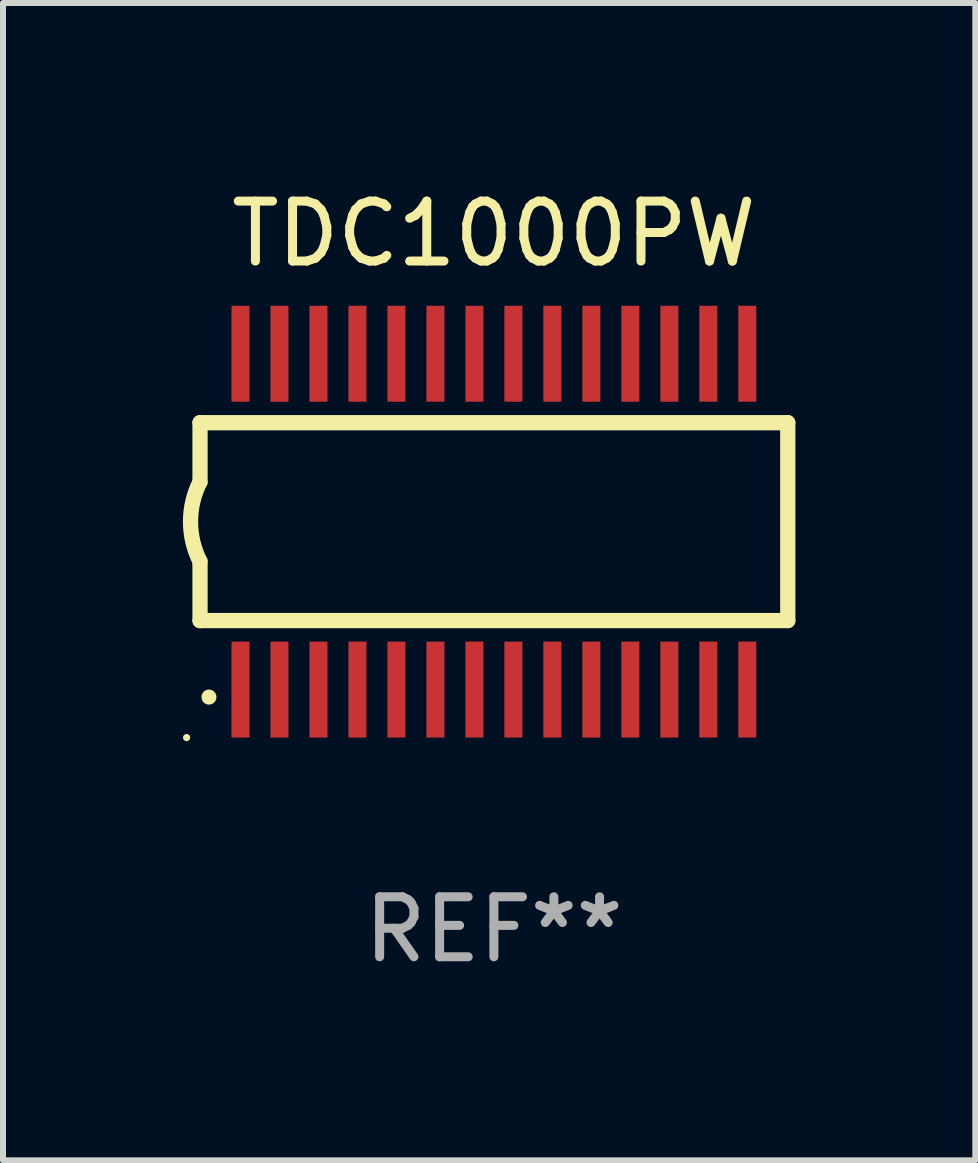
<source format=kicad_pcb>
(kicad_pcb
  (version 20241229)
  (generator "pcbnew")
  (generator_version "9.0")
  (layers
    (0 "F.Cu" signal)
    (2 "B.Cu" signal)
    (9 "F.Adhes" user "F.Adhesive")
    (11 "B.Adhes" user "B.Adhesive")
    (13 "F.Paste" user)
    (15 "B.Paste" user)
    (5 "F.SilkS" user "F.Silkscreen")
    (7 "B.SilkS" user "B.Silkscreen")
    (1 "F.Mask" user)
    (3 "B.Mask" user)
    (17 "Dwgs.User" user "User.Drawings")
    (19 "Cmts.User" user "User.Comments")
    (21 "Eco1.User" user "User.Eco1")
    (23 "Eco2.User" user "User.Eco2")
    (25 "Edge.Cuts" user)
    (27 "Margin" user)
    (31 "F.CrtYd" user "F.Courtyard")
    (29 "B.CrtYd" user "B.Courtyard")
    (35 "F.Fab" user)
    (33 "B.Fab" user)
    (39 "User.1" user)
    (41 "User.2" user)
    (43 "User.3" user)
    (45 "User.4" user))
  (footprint "TDC1000PW"
    (layer "F.Cu")
    (at 5.185 5.648)
    (property "Reference" "TDC1000PW" (at 0 -4.8 0) (layer "F.SilkS") (effects (font (size 1 1) (thickness 0.15))))
    (attr through_hole)
    (fp_line (start -4.9 -1.65) (end -4.9 -0.66) (stroke (width 0.254) (type solid)) (layer "F.SilkS"))
    (fp_line (start -4.9 1.65) (end -4.9 0.659) (stroke (width 0.254) (type solid)) (layer "F.SilkS"))
    (fp_line (start -4.9 -1.65) (end 4.9 -1.65) (stroke (width 0.254) (type solid)) (layer "F.SilkS"))
    (fp_line (start -4.9 1.649) (end 4.9 1.649) (stroke (width 0.254) (type solid)) (layer "F.SilkS"))
    (fp_line (start 4.9 -1.65) (end 4.9 1.649) (stroke (width 0.254) (type solid)) (layer "F.SilkS"))
    (fp_arc (start -4.902197 0.659894) (mid -5.058097 -0.000508) (end -4.902197 -0.660909) (stroke (width 0.254001) (type solid)) (layer "F.SilkS"))
    (fp_arc (start -4.750711 2.926238) (mid -4.750717 2.924968) (end -4.750711 2.923698) (stroke (width 0.24892) (type solid)) (layer "F.SilkS"))
    (fp_circle (center -5.124 3.6) (end -5.094 3.6) (stroke (width 0.06) (type solid)) (fill no) (layer "F.SilkS"))
    (fp_text user "REF**" (at 0 6.8 0) (layer "F.Fab") (effects (font (size 1 1) (thickness 0.15))))
    (pad "1" smd rect (at -4.225 2.8 90) (size 1.6 0.3) (layers "F.Cu" "F.Mask" "F.Paste"))
    (pad "2" smd rect (at -3.575 2.8 90) (size 1.6 0.3) (layers "F.Cu" "F.Mask" "F.Paste"))
    (pad "3" smd rect (at -2.925 2.8 90) (size 1.6 0.3) (layers "F.Cu" "F.Mask" "F.Paste"))
    (pad "4" smd rect (at -2.275 2.8 90) (size 1.6 0.3) (layers "F.Cu" "F.Mask" "F.Paste"))
    (pad "5" smd rect (at -1.625 2.8 90) (size 1.6 0.3) (layers "F.Cu" "F.Mask" "F.Paste"))
    (pad "6" smd rect (at -0.975 2.8 90) (size 1.6 0.3) (layers "F.Cu" "F.Mask" "F.Paste"))
    (pad "7" smd rect (at -0.325 2.8 90) (size 1.6 0.3) (layers "F.Cu" "F.Mask" "F.Paste"))
    (pad "8" smd rect (at 0.325 2.8 90) (size 1.6 0.3) (layers "F.Cu" "F.Mask" "F.Paste"))
    (pad "9" smd rect (at 0.975 2.8 90) (size 1.6 0.3) (layers "F.Cu" "F.Mask" "F.Paste"))
    (pad "10" smd rect (at 1.625 2.8 90) (size 1.6 0.3) (layers "F.Cu" "F.Mask" "F.Paste"))
    (pad "11" smd rect (at 2.275 2.8 90) (size 1.6 0.3) (layers "F.Cu" "F.Mask" "F.Paste"))
    (pad "12" smd rect (at 2.925 2.8 90) (size 1.6 0.3) (layers "F.Cu" "F.Mask" "F.Paste"))
    (pad "13" smd rect (at 3.575 2.8 90) (size 1.6 0.3) (layers "F.Cu" "F.Mask" "F.Paste"))
    (pad "14" smd rect (at 4.225 2.8 90) (size 1.6 0.3) (layers "F.Cu" "F.Mask" "F.Paste"))
    (pad "15" smd rect (at 4.225 -2.8 90) (size 1.6 0.3) (layers "F.Cu" "F.Mask" "F.Paste"))
    (pad "16" smd rect (at 3.575 -2.8 90) (size 1.6 0.3) (layers "F.Cu" "F.Mask" "F.Paste"))
    (pad "17" smd rect (at 2.925 -2.8 90) (size 1.6 0.3) (layers "F.Cu" "F.Mask" "F.Paste"))
    (pad "18" smd rect (at 2.275 -2.8 90) (size 1.6 0.3) (layers "F.Cu" "F.Mask" "F.Paste"))
    (pad "19" smd rect (at 1.625 -2.8 90) (size 1.6 0.3) (layers "F.Cu" "F.Mask" "F.Paste"))
    (pad "20" smd rect (at 0.975 -2.8 90) (size 1.6 0.3) (layers "F.Cu" "F.Mask" "F.Paste"))
    (pad "21" smd rect (at 0.325 -2.8 90) (size 1.6 0.3) (layers "F.Cu" "F.Mask" "F.Paste"))
    (pad "22" smd rect (at -0.325 -2.8 90) (size 1.6 0.3) (layers "F.Cu" "F.Mask" "F.Paste"))
    (pad "23" smd rect (at -0.975 -2.8 90) (size 1.6 0.3) (layers "F.Cu" "F.Mask" "F.Paste"))
    (pad "24" smd rect (at -1.625 -2.8 90) (size 1.6 0.3) (layers "F.Cu" "F.Mask" "F.Paste"))
    (pad "25" smd rect (at -2.275 -2.8 90) (size 1.6 0.3) (layers "F.Cu" "F.Mask" "F.Paste"))
    (pad "26" smd rect (at -2.925 -2.8 90) (size 1.6 0.3) (layers "F.Cu" "F.Mask" "F.Paste"))
    (pad "27" smd rect (at -3.575 -2.8 90) (size 1.6 0.3) (layers "F.Cu" "F.Mask" "F.Paste"))
    (pad "28" smd rect (at -4.225 -2.8 90) (size 1.6 0.3) (layers "F.Cu" "F.Mask" "F.Paste")))
  (gr_rect
    (start -3 -3)
    (end 13.212 16.297)
    (stroke (width 0.1) (type default))
    (fill no)
    (layer "Edge.Cuts")))
</source>
